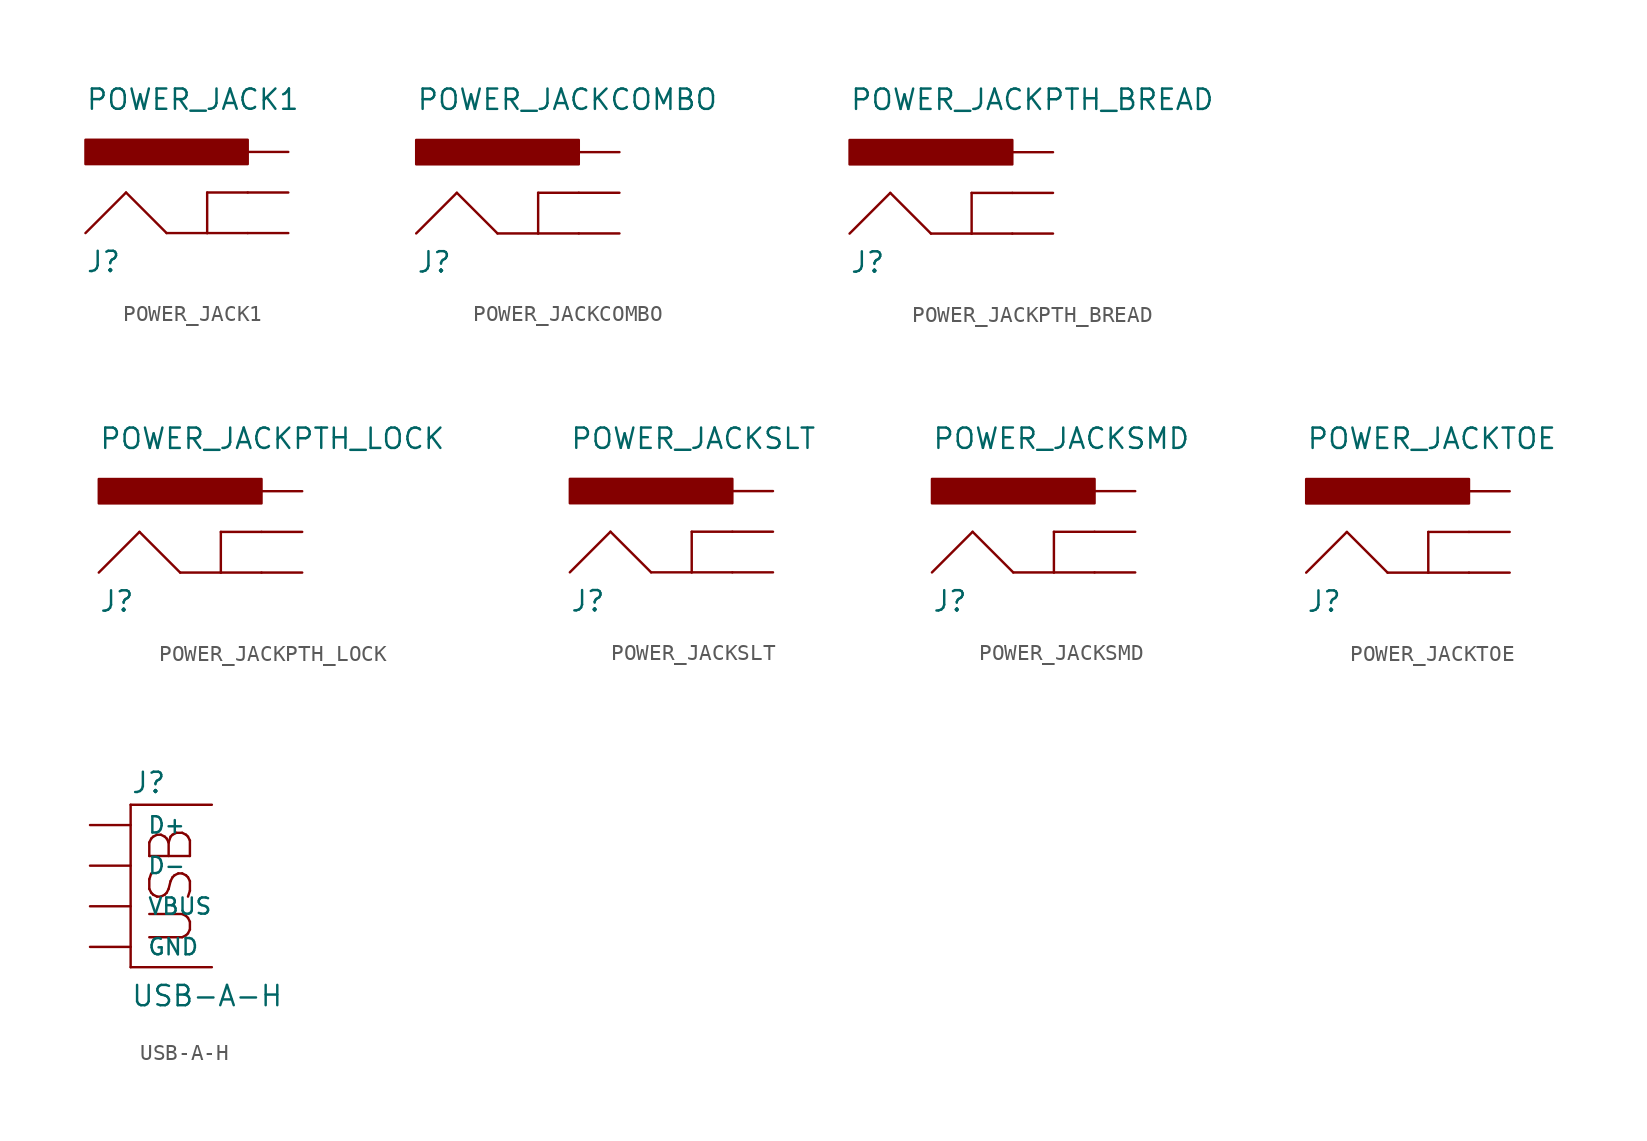
<source format=kicad_sym>
(kicad_symbol_lib
  (version 20211014)
  (generator kicad_symbol_editor)
  (symbol "POWER_JACK1"
    (pin_numbers hide)
    (pin_names
      (offset 1.016) hide)
    (property "Reference" "J"
      (at -10.16 0 0)
      (effects (font (size 1.27 1.27)) (justify left bottom)))
    (property "Value" "POWER_JACK1"
      (at -10.16 10.16 0)
      (effects (font (size 1.27 1.27)) (justify left bottom)))
    (property "Datasheet" ""
      (at 0 0 0)
      (effects (font (size 1.524 1.524))))
    (property "ki_locked" ""
      (at 0 0 0)
      (effects (font (size 1.27 1.27))))
    (symbol "POWER_JACK1_1_0"
      (polyline (pts (xy -10.16 2.54) (xy -7.62 5.08)) (stroke (width 0) (type default) (color 0 0 0 0)) (fill (type none)))
      (polyline (pts (xy -7.62 5.08) (xy -5.08 2.54)) (stroke (width 0) (type default) (color 0 0 0 0)) (fill (type none)))
      (polyline (pts (xy -5.08 2.54) (xy -2.54 2.54)) (stroke (width 0) (type default) (color 0 0 0 0)) (fill (type none)))
      (polyline (pts (xy -2.54 2.54) (xy -2.54 5.08)) (stroke (width 0) (type default) (color 0 0 0 0)) (fill (type none)))
      (polyline (pts (xy -2.54 2.54) (xy 0 2.54)) (stroke (width 0) (type default) (color 0 0 0 0)) (fill (type none)))
      (polyline (pts (xy -2.54 5.08) (xy 0 5.08)) (stroke (width 0) (type default) (color 0 0 0 0)) (fill (type none))))
    (symbol "POWER_JACK1_1_1"
      (rectangle (start -10.16 6.858) (end 0 8.382) (stroke (width 0) (type default) (color 0 0 0 0)) (fill (type outline)))
      (pin bidirectional line (at 2.54 5.08 180) (length 2.54) (name "GNDBREAK" (effects (font (size 1.016 1.016)))) (number "GND" (effects (font (size 1.016 1.016)))))
      (pin bidirectional line (at 2.54 2.54 180) (length 2.54) (name "GND" (effects (font (size 1.016 1.016)))) (number "P$4" (effects (font (size 1.016 1.016)))))
      (pin bidirectional line (at 2.54 7.62 180) (length 2.54) (name "PWR" (effects (font (size 1.016 1.016)))) (number "VIN0" (effects (font (size 1.016 1.016)))))))
  (symbol "POWER_JACKCOMBO"
    (pin_numbers hide)
    (pin_names
      (offset 1.016) hide)
    (property "Reference" "J"
      (at -10.16 0 0)
      (effects (font (size 1.27 1.27)) (justify left bottom)))
    (property "Value" "POWER_JACKCOMBO"
      (at -10.16 10.16 0)
      (effects (font (size 1.27 1.27)) (justify left bottom)))
    (property "Datasheet" ""
      (at 0 0 0)
      (effects (font (size 1.524 1.524))))
    (property "ki_locked" ""
      (at 0 0 0)
      (effects (font (size 1.27 1.27))))
    (symbol "POWER_JACKCOMBO_1_0"
      (polyline (pts (xy -10.16 2.54) (xy -7.62 5.08)) (stroke (width 0) (type default) (color 0 0 0 0)) (fill (type none)))
      (polyline (pts (xy -7.62 5.08) (xy -5.08 2.54)) (stroke (width 0) (type default) (color 0 0 0 0)) (fill (type none)))
      (polyline (pts (xy -5.08 2.54) (xy -2.54 2.54)) (stroke (width 0) (type default) (color 0 0 0 0)) (fill (type none)))
      (polyline (pts (xy -2.54 2.54) (xy -2.54 5.08)) (stroke (width 0) (type default) (color 0 0 0 0)) (fill (type none)))
      (polyline (pts (xy -2.54 2.54) (xy 0 2.54)) (stroke (width 0) (type default) (color 0 0 0 0)) (fill (type none)))
      (polyline (pts (xy -2.54 5.08) (xy 0 5.08)) (stroke (width 0) (type default) (color 0 0 0 0)) (fill (type none))))
    (symbol "POWER_JACKCOMBO_1_1"
      (rectangle (start -10.16 6.858) (end 0 8.382) (stroke (width 0) (type default) (color 0 0 0 0)) (fill (type outline)))
      (pin bidirectional line (at 2.54 5.08 180) (length 2.54) (name "GNDBREAK" (effects (font (size 1.016 1.016)))) (number "GND" (effects (font (size 1.016 1.016)))))
      (pin bidirectional line (at 2.54 2.54 180) (length 2.54) (name "GND" (effects (font (size 1.016 1.016)))) (number "GND@" (effects (font (size 1.016 1.016)))))
      (pin bidirectional line (at 2.54 7.62 180) (length 2.54) (name "PWR" (effects (font (size 1.016 1.016)))) (number "POWE" (effects (font (size 1.016 1.016)))))))
  (symbol "POWER_JACKPTH_BREAD"
    (pin_numbers hide)
    (pin_names
      (offset 1.016) hide)
    (property "Reference" "J"
      (at -10.16 0 0)
      (effects (font (size 1.27 1.27)) (justify left bottom)))
    (property "Value" "POWER_JACKPTH_BREAD"
      (at -10.16 10.16 0)
      (effects (font (size 1.27 1.27)) (justify left bottom)))
    (property "Datasheet" ""
      (at 0 0 0)
      (effects (font (size 1.524 1.524))))
    (property "ki_locked" ""
      (at 0 0 0)
      (effects (font (size 1.27 1.27))))
    (symbol "POWER_JACKPTH_BREAD_1_0"
      (polyline (pts (xy -10.16 2.54) (xy -7.62 5.08)) (stroke (width 0) (type default) (color 0 0 0 0)) (fill (type none)))
      (polyline (pts (xy -7.62 5.08) (xy -5.08 2.54)) (stroke (width 0) (type default) (color 0 0 0 0)) (fill (type none)))
      (polyline (pts (xy -5.08 2.54) (xy -2.54 2.54)) (stroke (width 0) (type default) (color 0 0 0 0)) (fill (type none)))
      (polyline (pts (xy -2.54 2.54) (xy -2.54 5.08)) (stroke (width 0) (type default) (color 0 0 0 0)) (fill (type none)))
      (polyline (pts (xy -2.54 2.54) (xy 0 2.54)) (stroke (width 0) (type default) (color 0 0 0 0)) (fill (type none)))
      (polyline (pts (xy -2.54 5.08) (xy 0 5.08)) (stroke (width 0) (type default) (color 0 0 0 0)) (fill (type none))))
    (symbol "POWER_JACKPTH_BREAD_1_1"
      (rectangle (start -10.16 6.858) (end 0 8.382) (stroke (width 0) (type default) (color 0 0 0 0)) (fill (type outline)))
      (pin bidirectional line (at 2.54 2.54 180) (length 2.54) (name "GND" (effects (font (size 1.016 1.016)))) (number "GND" (effects (font (size 1.016 1.016)))))
      (pin bidirectional line (at 2.54 5.08 180) (length 2.54) (name "GNDBREAK" (effects (font (size 1.016 1.016)))) (number "GNDB" (effects (font (size 1.016 1.016)))))
      (pin bidirectional line (at 2.54 7.62 180) (length 2.54) (name "PWR" (effects (font (size 1.016 1.016)))) (number "PWR" (effects (font (size 1.016 1.016)))))))
  (symbol "POWER_JACKPTH_LOCK"
    (pin_numbers hide)
    (pin_names
      (offset 1.016) hide)
    (property "Reference" "J"
      (at -10.16 0 0)
      (effects (font (size 1.27 1.27)) (justify left bottom)))
    (property "Value" "POWER_JACKPTH_LOCK"
      (at -10.16 10.16 0)
      (effects (font (size 1.27 1.27)) (justify left bottom)))
    (property "Datasheet" ""
      (at 0 0 0)
      (effects (font (size 1.524 1.524))))
    (property "ki_locked" ""
      (at 0 0 0)
      (effects (font (size 1.27 1.27))))
    (symbol "POWER_JACKPTH_LOCK_1_0"
      (polyline (pts (xy -10.16 2.54) (xy -7.62 5.08)) (stroke (width 0) (type default) (color 0 0 0 0)) (fill (type none)))
      (polyline (pts (xy -7.62 5.08) (xy -5.08 2.54)) (stroke (width 0) (type default) (color 0 0 0 0)) (fill (type none)))
      (polyline (pts (xy -5.08 2.54) (xy -2.54 2.54)) (stroke (width 0) (type default) (color 0 0 0 0)) (fill (type none)))
      (polyline (pts (xy -2.54 2.54) (xy -2.54 5.08)) (stroke (width 0) (type default) (color 0 0 0 0)) (fill (type none)))
      (polyline (pts (xy -2.54 2.54) (xy 0 2.54)) (stroke (width 0) (type default) (color 0 0 0 0)) (fill (type none)))
      (polyline (pts (xy -2.54 5.08) (xy 0 5.08)) (stroke (width 0) (type default) (color 0 0 0 0)) (fill (type none))))
    (symbol "POWER_JACKPTH_LOCK_1_1"
      (rectangle (start -10.16 6.858) (end 0 8.382) (stroke (width 0) (type default) (color 0 0 0 0)) (fill (type outline)))
      (pin bidirectional line (at 2.54 2.54 180) (length 2.54) (name "GND" (effects (font (size 1.016 1.016)))) (number "GND" (effects (font (size 1.016 1.016)))))
      (pin bidirectional line (at 2.54 5.08 180) (length 2.54) (name "GNDBREAK" (effects (font (size 1.016 1.016)))) (number "GNDB" (effects (font (size 1.016 1.016)))))
      (pin bidirectional line (at 2.54 7.62 180) (length 2.54) (name "PWR" (effects (font (size 1.016 1.016)))) (number "PWR" (effects (font (size 1.016 1.016)))))))
  (symbol "POWER_JACKSLT"
    (pin_numbers hide)
    (pin_names
      (offset 1.016) hide)
    (property "Reference" "J"
      (at -10.16 0 0)
      (effects (font (size 1.27 1.27)) (justify left bottom)))
    (property "Value" "POWER_JACKSLT"
      (at -10.16 10.16 0)
      (effects (font (size 1.27 1.27)) (justify left bottom)))
    (property "Datasheet" ""
      (at 0 0 0)
      (effects (font (size 1.524 1.524))))
    (property "ki_locked" ""
      (at 0 0 0)
      (effects (font (size 1.27 1.27))))
    (symbol "POWER_JACKSLT_1_0"
      (polyline (pts (xy -10.16 2.54) (xy -7.62 5.08)) (stroke (width 0) (type default) (color 0 0 0 0)) (fill (type none)))
      (polyline (pts (xy -7.62 5.08) (xy -5.08 2.54)) (stroke (width 0) (type default) (color 0 0 0 0)) (fill (type none)))
      (polyline (pts (xy -5.08 2.54) (xy -2.54 2.54)) (stroke (width 0) (type default) (color 0 0 0 0)) (fill (type none)))
      (polyline (pts (xy -2.54 2.54) (xy -2.54 5.08)) (stroke (width 0) (type default) (color 0 0 0 0)) (fill (type none)))
      (polyline (pts (xy -2.54 2.54) (xy 0 2.54)) (stroke (width 0) (type default) (color 0 0 0 0)) (fill (type none)))
      (polyline (pts (xy -2.54 5.08) (xy 0 5.08)) (stroke (width 0) (type default) (color 0 0 0 0)) (fill (type none))))
    (symbol "POWER_JACKSLT_1_1"
      (rectangle (start -10.16 6.858) (end 0 8.382) (stroke (width 0) (type default) (color 0 0 0 0)) (fill (type outline)))
      (pin bidirectional line (at 2.54 2.54 180) (length 2.54) (name "GND" (effects (font (size 1.016 1.016)))) (number "GND@" (effects (font (size 1.016 1.016)))))
      (pin bidirectional line (at 2.54 5.08 180) (length 2.54) (name "GNDBREAK" (effects (font (size 1.016 1.016)))) (number "GND@" (effects (font (size 1.016 1.016)))))
      (pin bidirectional line (at 2.54 7.62 180) (length 2.54) (name "PWR" (effects (font (size 1.016 1.016)))) (number "PWR" (effects (font (size 1.016 1.016)))))))
  (symbol "POWER_JACKSMD"
    (pin_numbers hide)
    (pin_names
      (offset 1.016) hide)
    (property "Reference" "J"
      (at -10.16 0 0)
      (effects (font (size 1.27 1.27)) (justify left bottom)))
    (property "Value" "POWER_JACKSMD"
      (at -10.16 10.16 0)
      (effects (font (size 1.27 1.27)) (justify left bottom)))
    (property "Datasheet" ""
      (at 0 0 0)
      (effects (font (size 1.524 1.524))))
    (property "ki_locked" ""
      (at 0 0 0)
      (effects (font (size 1.27 1.27))))
    (symbol "POWER_JACKSMD_1_0"
      (polyline (pts (xy -10.16 2.54) (xy -7.62 5.08)) (stroke (width 0) (type default) (color 0 0 0 0)) (fill (type none)))
      (polyline (pts (xy -7.62 5.08) (xy -5.08 2.54)) (stroke (width 0) (type default) (color 0 0 0 0)) (fill (type none)))
      (polyline (pts (xy -5.08 2.54) (xy -2.54 2.54)) (stroke (width 0) (type default) (color 0 0 0 0)) (fill (type none)))
      (polyline (pts (xy -2.54 2.54) (xy -2.54 5.08)) (stroke (width 0) (type default) (color 0 0 0 0)) (fill (type none)))
      (polyline (pts (xy -2.54 2.54) (xy 0 2.54)) (stroke (width 0) (type default) (color 0 0 0 0)) (fill (type none)))
      (polyline (pts (xy -2.54 5.08) (xy 0 5.08)) (stroke (width 0) (type default) (color 0 0 0 0)) (fill (type none))))
    (symbol "POWER_JACKSMD_1_1"
      (rectangle (start -10.16 6.858) (end 0 8.382) (stroke (width 0) (type default) (color 0 0 0 0)) (fill (type outline)))
      (pin bidirectional line (at 2.54 5.08 180) (length 2.54) (name "GNDBREAK" (effects (font (size 1.016 1.016)))) (number "GND" (effects (font (size 1.016 1.016)))))
      (pin bidirectional line (at 2.54 2.54 180) (length 2.54) (name "GND" (effects (font (size 1.016 1.016)))) (number "P$4" (effects (font (size 1.016 1.016)))))
      (pin bidirectional line (at 2.54 7.62 180) (length 2.54) (name "PWR" (effects (font (size 1.016 1.016)))) (number "VIN0" (effects (font (size 1.016 1.016)))))))
  (symbol "POWER_JACKTOE"
    (pin_numbers hide)
    (pin_names
      (offset 1.016) hide)
    (property "Reference" "J"
      (at -10.16 0 0)
      (effects (font (size 1.27 1.27)) (justify left bottom)))
    (property "Value" "POWER_JACKTOE"
      (at -10.16 10.16 0)
      (effects (font (size 1.27 1.27)) (justify left bottom)))
    (property "Datasheet" ""
      (at 0 0 0)
      (effects (font (size 1.524 1.524))))
    (property "ki_locked" ""
      (at 0 0 0)
      (effects (font (size 1.27 1.27))))
    (symbol "POWER_JACKTOE_1_0"
      (polyline (pts (xy -10.16 2.54) (xy -7.62 5.08)) (stroke (width 0) (type default) (color 0 0 0 0)) (fill (type none)))
      (polyline (pts (xy -7.62 5.08) (xy -5.08 2.54)) (stroke (width 0) (type default) (color 0 0 0 0)) (fill (type none)))
      (polyline (pts (xy -5.08 2.54) (xy -2.54 2.54)) (stroke (width 0) (type default) (color 0 0 0 0)) (fill (type none)))
      (polyline (pts (xy -2.54 2.54) (xy -2.54 5.08)) (stroke (width 0) (type default) (color 0 0 0 0)) (fill (type none)))
      (polyline (pts (xy -2.54 2.54) (xy 0 2.54)) (stroke (width 0) (type default) (color 0 0 0 0)) (fill (type none)))
      (polyline (pts (xy -2.54 5.08) (xy 0 5.08)) (stroke (width 0) (type default) (color 0 0 0 0)) (fill (type none))))
    (symbol "POWER_JACKTOE_1_1"
      (rectangle (start -10.16 6.858) (end 0 8.382) (stroke (width 0) (type default) (color 0 0 0 0)) (fill (type outline)))
      (pin bidirectional line (at 2.54 5.08 180) (length 2.54) (name "GNDBREAK" (effects (font (size 1.016 1.016)))) (number "GND" (effects (font (size 1.016 1.016)))))
      (pin bidirectional line (at 2.54 2.54 180) (length 2.54) (name "GND" (effects (font (size 1.016 1.016)))) (number "P$4" (effects (font (size 1.016 1.016)))))
      (pin bidirectional line (at 2.54 7.62 180) (length 2.54) (name "PWR" (effects (font (size 1.016 1.016)))) (number "VIN0" (effects (font (size 1.016 1.016)))))))
  (symbol "USB-A-H"
    (pin_numbers hide)
    (pin_names
      (offset 1.016))
    (property "Reference" "J"
      (at 0 9.525 0)
      (effects (font (size 1.27 1.27)) (justify left bottom)))
    (property "Value" "USB-A-H"
      (at 0 -3.81 0)
      (effects (font (size 1.27 1.27)) (justify left bottom)))
    (property "Datasheet" ""
      (at 0 0 0)
      (effects (font (size 1.524 1.524))))
    (property "ki_locked" ""
      (at 0 0 0)
      (effects (font (size 1.27 1.27))))
    (symbol "USB-A-H_1_0"
      (polyline (pts (xy 0 -1.27) (xy 5.08 -1.27)) (stroke (width 0) (type default) (color 0 0 0 0)) (fill (type none)))
      (polyline (pts (xy 0 8.89) (xy 0 -1.27)) (stroke (width 0) (type default) (color 0 0 0 0)) (fill (type none)))
      (polyline (pts (xy 5.08 8.89) (xy 0 8.89)) (stroke (width 0) (type default) (color 0 0 0 0)) (fill (type none)))
      (text "USB" (at 2.54 3.81 900) (effects (font (size 2.54 2.54)))))
    (symbol "USB-A-H_1_1"
      (pin bidirectional line (at -2.54 7.62 0) (length 2.54) (name "D+" (effects (font (size 1.016 1.016)))) (number "D+" (effects (font (size 1.016 1.016)))))
      (pin bidirectional line (at -2.54 5.08 0) (length 2.54) (name "D-" (effects (font (size 1.016 1.016)))) (number "D-" (effects (font (size 1.016 1.016)))))
      (pin bidirectional line (at -2.54 0 0) (length 2.54) (name "GND" (effects (font (size 1.016 1.016)))) (number "GND" (effects (font (size 1.016 1.016)))))
      (pin bidirectional line (at -2.54 2.54 0) (length 2.54) (name "VBUS" (effects (font (size 1.016 1.016)))) (number "VBUS" (effects (font (size 1.016 1.016))))))))
</source>
